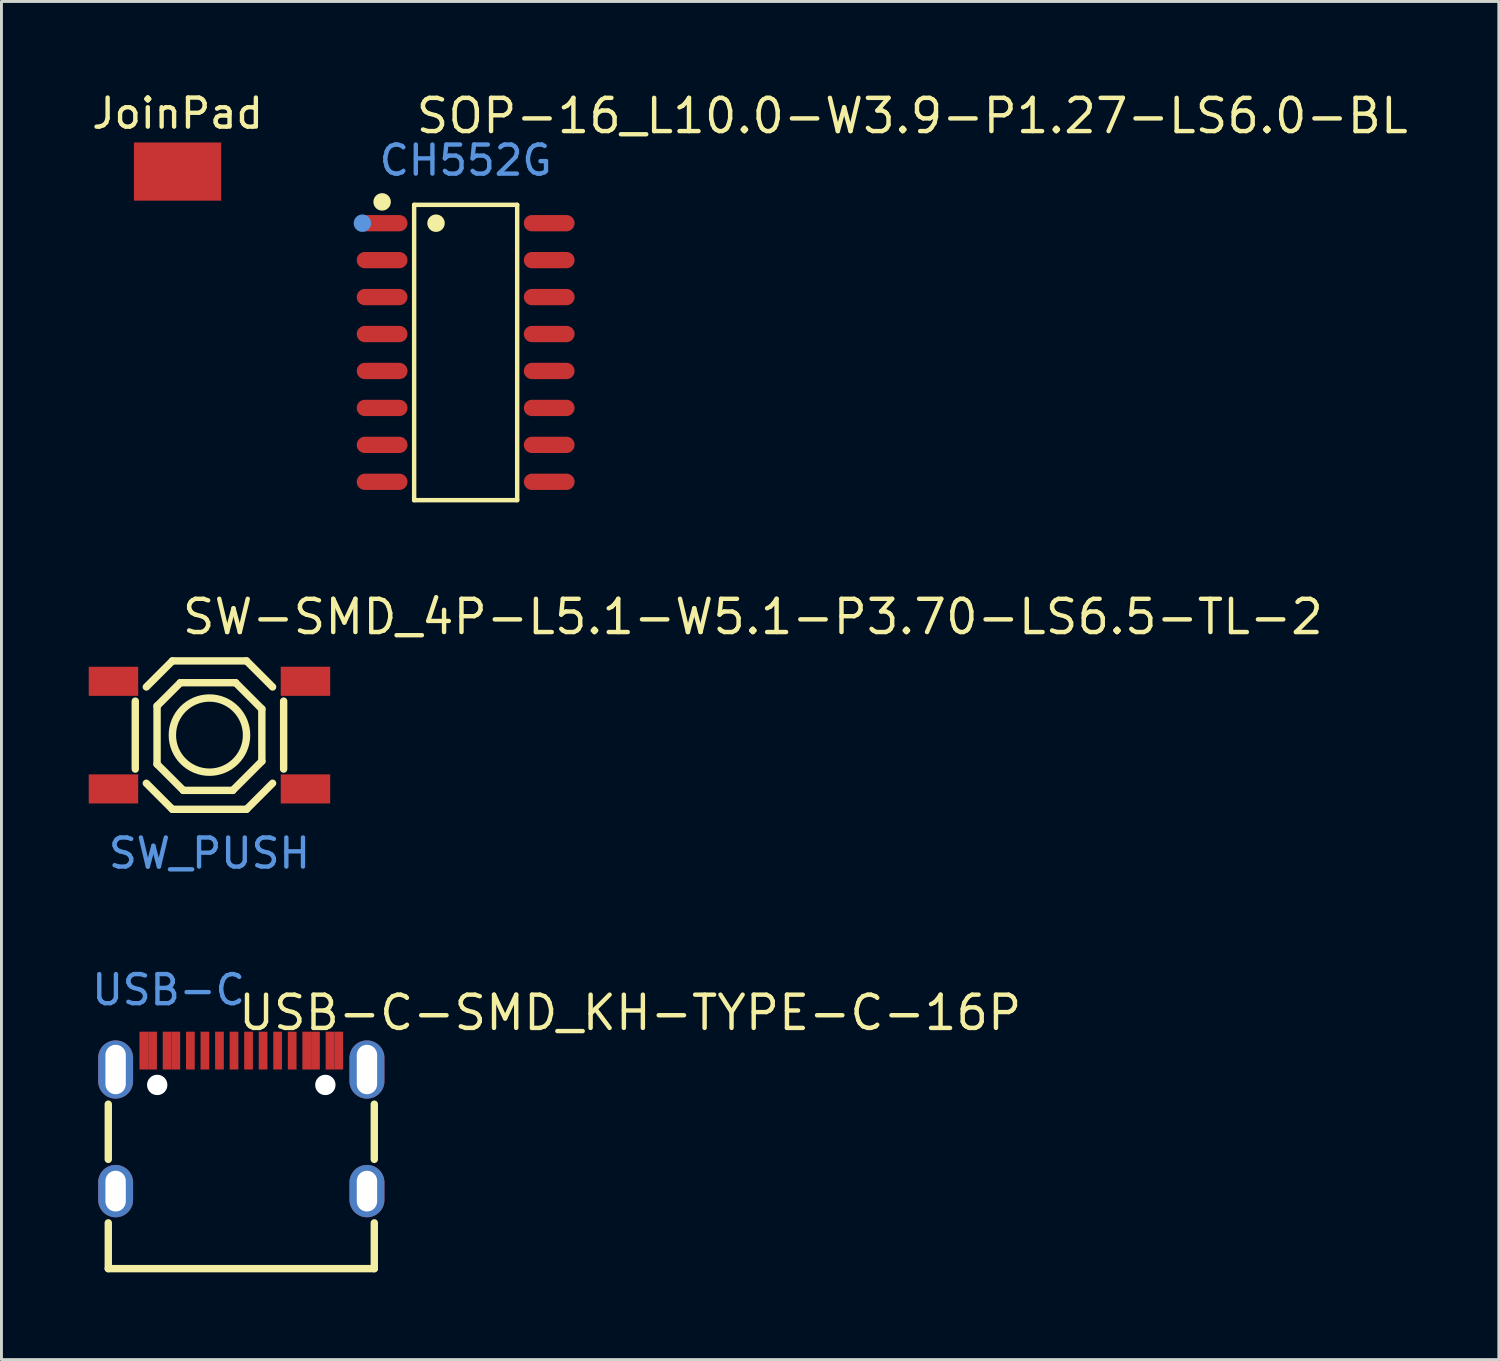
<source format=kicad_pcb>
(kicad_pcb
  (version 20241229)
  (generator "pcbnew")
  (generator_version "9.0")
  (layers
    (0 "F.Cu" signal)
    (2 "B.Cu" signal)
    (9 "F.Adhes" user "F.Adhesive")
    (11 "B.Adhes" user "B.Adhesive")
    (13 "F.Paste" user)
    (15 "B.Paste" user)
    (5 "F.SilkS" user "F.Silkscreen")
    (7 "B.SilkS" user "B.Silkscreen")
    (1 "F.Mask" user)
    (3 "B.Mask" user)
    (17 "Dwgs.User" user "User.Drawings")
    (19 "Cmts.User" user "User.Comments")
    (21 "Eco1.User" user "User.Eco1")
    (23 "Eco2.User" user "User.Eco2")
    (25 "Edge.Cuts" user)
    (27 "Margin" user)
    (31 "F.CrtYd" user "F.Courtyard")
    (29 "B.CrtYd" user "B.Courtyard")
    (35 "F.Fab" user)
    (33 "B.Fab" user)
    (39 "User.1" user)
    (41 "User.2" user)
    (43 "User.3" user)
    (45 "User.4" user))
  (footprint "SOP-16_L10.0-W3.9-P1.27-LS6.0-BL"
    (layer "F.Cu")
    (at 12.696 9.571)
    (property "Reference" "SOP-16_L10.0-W3.9-P1.27-LS6.0-BL" (at -1.524 -8.636 0) (layer "F.SilkS") (effects (font (size 1.143 1.143) (thickness 0.152)) (justify left)))
    (attr smd)
    (fp_line (start -1.51 -5.58) (end 2.032 -5.58) (stroke (width 0.152) (type solid)) (layer "F.SilkS"))
    (fp_line (start -1.51 4.572) (end -1.51 -5.58) (stroke (width 0.152) (type solid)) (layer "F.SilkS"))
    (fp_line (start 2.032 -5.58) (end 2.032 4.572) (stroke (width 0.152) (type solid)) (layer "F.SilkS"))
    (fp_line (start 2.032 4.572) (end -1.51 4.572) (stroke (width 0.152) (type solid)) (layer "F.SilkS"))
    (fp_circle (center -2.611 -5.681) (end -2.611 -5.531) (stroke (width 0.3) (type solid)) (fill no) (layer "F.SilkS"))
    (fp_circle (center -0.758 -4.949) (end -0.758 -4.799) (stroke (width 0.3) (type solid)) (fill no) (layer "F.SilkS"))
    (fp_circle (center -3.289 -4.949) (end -3.289 -4.799) (stroke (width 0.3) (type solid)) (fill no) (layer "Cmts.User"))
    (fp_text user "CH552G" (at 0.261 -7.108 180) (layer "Cmts.User") (effects (font (size 1 1) (thickness 0.15))))
    (pad "1" smd oval (at -2.611 -4.949 270) (size 0.56 1.745) (layers "F.Cu" "F.Mask" "F.Paste"))
    (pad "2" smd oval (at -2.611 -3.679 270) (size 0.56 1.745) (layers "F.Cu" "F.Mask" "F.Paste"))
    (pad "3" smd oval (at -2.611 -2.409 270) (size 0.56 1.745) (layers "F.Cu" "F.Mask" "F.Paste"))
    (pad "4" smd oval (at -2.611 -1.139 270) (size 0.56 1.745) (layers "F.Cu" "F.Mask" "F.Paste"))
    (pad "5" smd oval (at -2.611 0.131 270) (size 0.56 1.745) (layers "F.Cu" "F.Mask" "F.Paste"))
    (pad "6" smd oval (at -2.611 1.401 270) (size 0.56 1.745) (layers "F.Cu" "F.Mask" "F.Paste"))
    (pad "7" smd oval (at -2.611 2.671 270) (size 0.56 1.745) (layers "F.Cu" "F.Mask" "F.Paste"))
    (pad "8" smd oval (at -2.611 3.941 270) (size 0.56 1.745) (layers "F.Cu" "F.Mask" "F.Paste"))
    (pad "9" smd oval (at 3.133 3.941 270) (size 0.56 1.745) (layers "F.Cu" "F.Mask" "F.Paste"))
    (pad "10" smd oval (at 3.133 2.671 270) (size 0.56 1.745) (layers "F.Cu" "F.Mask" "F.Paste"))
    (pad "11" smd oval (at 3.133 1.401 270) (size 0.56 1.745) (layers "F.Cu" "F.Mask" "F.Paste"))
    (pad "12" smd oval (at 3.133 0.131 270) (size 0.56 1.745) (layers "F.Cu" "F.Mask" "F.Paste"))
    (pad "13" smd oval (at 3.133 -1.139 270) (size 0.56 1.745) (layers "F.Cu" "F.Mask" "F.Paste"))
    (pad "14" smd oval (at 3.133 -2.409 270) (size 0.56 1.745) (layers "F.Cu" "F.Mask" "F.Paste"))
    (pad "15" smd oval (at 3.133 -3.679 270) (size 0.56 1.745) (layers "F.Cu" "F.Mask" "F.Paste"))
    (pad "16" smd oval (at 3.133 -4.949 270) (size 0.56 1.745) (layers "F.Cu" "F.Mask" "F.Paste")))
  (footprint "JoinPad"
    (layer "F.Cu")
    (at 3.054 2.848)
    (property "Reference" "JoinPad" (at 0 -2 0) (unlocked yes) (layer "F.SilkS") (effects (font (size 1 1) (thickness 0.15))))
    (pad "1" smd rect (at 0 0 90) (size 2 3) (layers "F.Cu" "F.Mask" "F.Paste")))
  (footprint "USB-C-SMD_KH-TYPE-C-16P"
    (layer "F.Cu")
    (at 5.244 35.479)
    (property "Reference" "USB-C-SMD_KH-TYPE-C-16P" (at -0.175 -3.716 0) (layer "F.SilkS") (effects (font (size 1.143 1.143) (thickness 0.152)) (justify left)))
    (attr smd)
    (fp_line (start -4.572 -0.573) (end -4.572 1.323) (stroke (width 0.254) (type solid)) (layer "F.SilkS"))
    (fp_line (start -4.572 3.507) (end -4.572 5.08) (stroke (width 0.254) (type solid)) (layer "F.SilkS"))
    (fp_line (start -4.572 5.08) (end 4.572 5.08) (stroke (width 0.254) (type solid)) (layer "F.SilkS"))
    (fp_line (start 4.572 1.323) (end 4.572 -0.573) (stroke (width 0.254) (type solid)) (layer "F.SilkS"))
    (fp_line (start 4.572 5.08) (end 4.572 3.507) (stroke (width 0.254) (type solid)) (layer "F.SilkS"))
    (fp_poly (pts (xy -3.45 -3.01) (xy -2.95 -3.01) (xy -2.95 -1.82) (xy -3.45 -1.82)) (stroke (width 0) (type solid)) (fill yes) (layer "F.Paste"))
    (fp_poly (pts (xy -2.65 -3.01) (xy -2.15 -3.01) (xy -2.15 -1.82) (xy -2.65 -1.82)) (stroke (width 0) (type solid)) (fill yes) (layer "F.Paste"))
    (fp_poly (pts (xy -1.9 -3.06) (xy -1.6 -3.06) (xy -1.6 -1.77) (xy -1.9 -1.77)) (stroke (width 0) (type solid)) (fill yes) (layer "F.Paste"))
    (fp_poly (pts (xy -1.4 -3.065) (xy -1.1 -3.065) (xy -1.1 -1.765) (xy -1.4 -1.765)) (stroke (width 0) (type solid)) (fill yes) (layer "F.Paste"))
    (fp_poly (pts (xy -0.9 -3.06) (xy -0.6 -3.06) (xy -0.6 -1.77) (xy -0.9 -1.77)) (stroke (width 0) (type solid)) (fill yes) (layer "F.Paste"))
    (fp_poly (pts (xy -0.4 -3.06) (xy -0.1 -3.06) (xy -0.1 -1.77) (xy -0.4 -1.77)) (stroke (width 0) (type solid)) (fill yes) (layer "F.Paste"))
    (fp_poly (pts (xy 0.1 -3.06) (xy 0.4 -3.06) (xy 0.4 -1.77) (xy 0.1 -1.77)) (stroke (width 0) (type solid)) (fill yes) (layer "F.Paste"))
    (fp_poly (pts (xy 0.6 -3.06) (xy 0.9 -3.06) (xy 0.9 -1.77) (xy 0.6 -1.77)) (stroke (width 0) (type solid)) (fill yes) (layer "F.Paste"))
    (fp_poly (pts (xy 1.1 -3.06) (xy 1.4 -3.06) (xy 1.4 -1.77) (xy 1.1 -1.77)) (stroke (width 0) (type solid)) (fill yes) (layer "F.Paste"))
    (fp_poly (pts (xy 1.6 -3.06) (xy 1.9 -3.06) (xy 1.9 -1.77) (xy 1.6 -1.77)) (stroke (width 0) (type solid)) (fill yes) (layer "F.Paste"))
    (fp_poly (pts (xy 2.15 -3.01) (xy 2.65 -3.01) (xy 2.65 -1.82) (xy 2.15 -1.82)) (stroke (width 0) (type solid)) (fill yes) (layer "F.Paste"))
    (fp_poly (pts (xy 2.95 -3.01) (xy 3.45 -3.01) (xy 3.45 -1.82) (xy 2.95 -1.82)) (stroke (width 0) (type solid)) (fill yes) (layer "F.Paste"))
    (fp_text user "USB-C" (at -2.5 -4.5 0) (layer "Cmts.User") (effects (font (size 1 1) (thickness 0.15))))
    (pad "" np_thru_hole circle (at -2.89 -1.235) (size 0.7 0.7) (drill 0.7) (layers "*.Cu" "*.Mask"))
    (pad "" np_thru_hole circle (at 2.89 -1.235) (size 0.7 0.7) (drill 0.7) (layers "*.Cu" "*.Mask"))
    (pad "A1" smd rect (at -3.35 -2.415) (size 0.3 1.3) (layers "F.Cu" "F.Mask" "F.Paste"))
    (pad "A4" smd rect (at -2.55 -2.415) (size 0.3 1.3) (layers "F.Cu" "F.Mask" "F.Paste"))
    (pad "A5" smd rect (at -1.25 -2.415) (size 0.3 1.3) (layers "F.Cu" "F.Mask" "F.Paste"))
    (pad "A6" smd rect (at -0.25 -2.415) (size 0.3 1.3) (layers "F.Cu" "F.Mask" "F.Paste"))
    (pad "A7" smd rect (at 0.25 -2.415) (size 0.3 1.3) (layers "F.Cu" "F.Mask" "F.Paste"))
    (pad "A8" smd rect (at 1.25 -2.415) (size 0.3 1.3) (layers "F.Cu" "F.Mask" "F.Paste"))
    (pad "A9" smd rect (at 2.55 -2.415) (size 0.3 1.3) (layers "F.Cu" "F.Mask" "F.Paste"))
    (pad "A12" smd rect (at 3.35 -2.415) (size 0.3 1.3) (layers "F.Cu" "F.Mask" "F.Paste"))
    (pad "B1" smd rect (at 3.05 -2.415) (size 0.3 1.3) (layers "F.Cu" "F.Mask" "F.Paste"))
    (pad "B4" smd rect (at 2.25 -2.415) (size 0.3 1.3) (layers "F.Cu" "F.Mask" "F.Paste"))
    (pad "B5" smd rect (at 1.75 -2.415) (size 0.3 1.3) (layers "F.Cu" "F.Mask" "F.Paste"))
    (pad "B6" smd rect (at 0.75 -2.415) (size 0.3 1.3) (layers "F.Cu" "F.Mask" "F.Paste"))
    (pad "B7" smd rect (at -0.75 -2.415) (size 0.3 1.3) (layers "F.Cu" "F.Mask" "F.Paste"))
    (pad "B8" smd rect (at -1.75 -2.415) (size 0.3 1.3) (layers "F.Cu" "F.Mask" "F.Paste"))
    (pad "B9" smd rect (at -2.25 -2.415) (size 0.3 1.3) (layers "F.Cu" "F.Mask" "F.Paste"))
    (pad "B12" smd rect (at -3.05 -2.415) (size 0.3 1.3) (layers "F.Cu" "F.Mask" "F.Paste"))
    (pad "S1" thru_hole oval (at -4.32 -1.765) (size 1.2 2) (drill oval 0.7 1.7) (layers "*.Cu" "*.Paste" "*.Mask"))
    (pad "S1" thru_hole oval (at -4.32 2.415) (size 1.2 1.8) (drill oval 0.7 1.4) (layers "*.Cu" "*.Paste" "*.Mask"))
    (pad "S1" thru_hole oval (at 4.32 -1.765) (size 1.2 2) (drill oval 0.7 1.7) (layers "*.Cu" "*.Paste" "*.Mask"))
    (pad "S1" thru_hole oval (at 4.32 2.415) (size 1.2 1.8) (drill oval 0.7 1.4) (layers "*.Cu" "*.Paste" "*.Mask")))
  (footprint "SW-SMD_4P-L5.1-W5.1-P3.70-LS6.5-TL-2"
    (layer "F.Cu")
    (at 4.15 22.219)
    (property "Reference" "SW-SMD_4P-L5.1-W5.1-P3.70-LS6.5-TL-2" (at -1.016 -4.064 0) (layer "F.SilkS") (effects (font (size 1.143 1.143) (thickness 0.152)) (justify left)))
    (attr smd)
    (fp_line (start -2.55 -1.168) (end -2.55 1.168) (stroke (width 0.254) (type solid)) (layer "F.SilkS"))
    (fp_line (start -2.17 1.655) (end -1.275 2.55) (stroke (width 0.254) (type solid)) (layer "F.SilkS"))
    (fp_line (start -1.801 -1.001) (end -1.001 -1.801) (stroke (width 0.254) (type solid)) (layer "F.SilkS"))
    (fp_line (start -1.801 0.998) (end -1.801 -1.001) (stroke (width 0.254) (type solid)) (layer "F.SilkS"))
    (fp_line (start -1.275 -2.55) (end -2.17 -1.655) (stroke (width 0.254) (type solid)) (layer "F.SilkS"))
    (fp_line (start -1.275 -2.55) (end 1.275 -2.55) (stroke (width 0.254) (type solid)) (layer "F.SilkS"))
    (fp_line (start -1.275 2.55) (end 1.275 2.55) (stroke (width 0.254) (type solid)) (layer "F.SilkS"))
    (fp_line (start -1.001 -1.801) (end 0.899 -1.801) (stroke (width 0.254) (type solid)) (layer "F.SilkS"))
    (fp_line (start -0.899 1.9) (end -1.801 0.998) (stroke (width 0.254) (type solid)) (layer "F.SilkS"))
    (fp_line (start 0.8 1.9) (end -0.899 1.9) (stroke (width 0.254) (type solid)) (layer "F.SilkS"))
    (fp_line (start 0.899 -1.801) (end 1.801 -0.899) (stroke (width 0.254) (type solid)) (layer "F.SilkS"))
    (fp_line (start 1.275 -2.55) (end 2.17 -1.655) (stroke (width 0.254) (type solid)) (layer "F.SilkS"))
    (fp_line (start 1.801 -0.899) (end 1.801 0.899) (stroke (width 0.254) (type solid)) (layer "F.SilkS"))
    (fp_line (start 1.801 0.899) (end 0.8 1.9) (stroke (width 0.254) (type solid)) (layer "F.SilkS"))
    (fp_line (start 2.17 1.655) (end 1.275 2.55) (stroke (width 0.254) (type solid)) (layer "F.SilkS"))
    (fp_line (start 2.55 -1.168) (end 2.55 1.168) (stroke (width 0.254) (type solid)) (layer "F.SilkS"))
    (fp_circle (center 0 0) (end 1.275 0) (stroke (width 0.254) (type solid)) (fill no) (layer "F.SilkS"))
    (fp_text user "SW_PUSH" (at 0 4.064 0) (layer "Cmts.User") (effects (font (size 1 1) (thickness 0.15))))
    (pad "1" smd rect (at -3.3 -1.849) (size 1.7 1) (layers "F.Cu" "F.Mask" "F.Paste"))
    (pad "2" smd rect (at 3.3 -1.85) (size 1.7 1) (layers "F.Cu" "F.Mask" "F.Paste"))
    (pad "3" smd rect (at -3.3 1.85) (size 1.7 1) (layers "F.Cu" "F.Mask" "F.Paste"))
    (pad "4" smd rect (at 3.3 1.85) (size 1.7 1) (layers "F.Cu" "F.Mask" "F.Paste")))
  (gr_rect
    (start -3 -3)
    (end 48.472 43.686)
    (stroke (width 0.1) (type default))
    (fill no)
    (layer "Edge.Cuts")))
</source>
